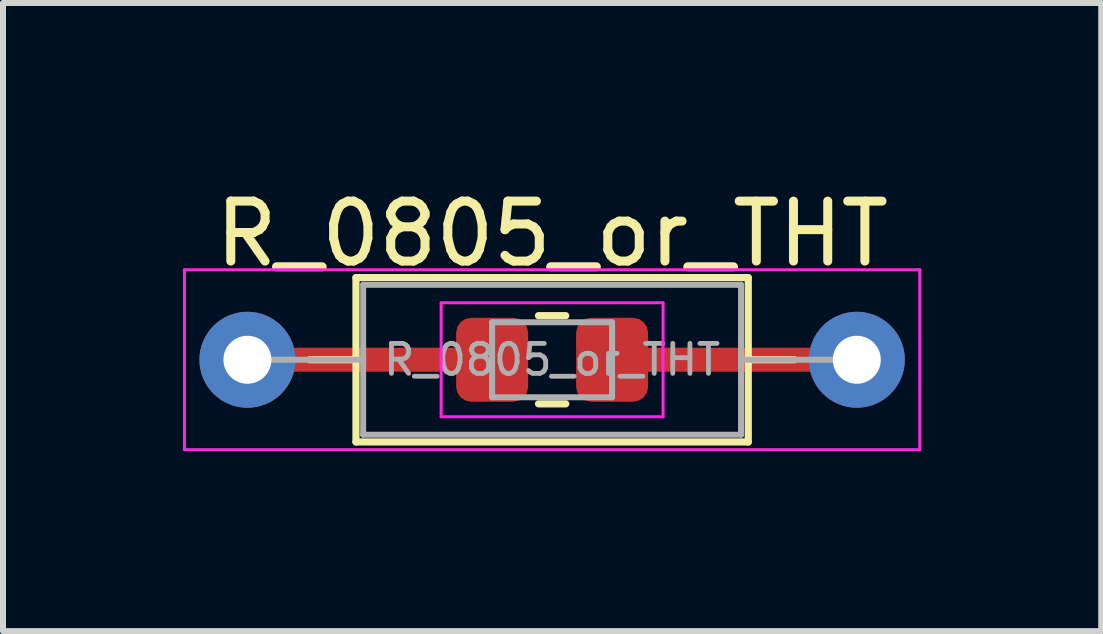
<source format=kicad_pcb>
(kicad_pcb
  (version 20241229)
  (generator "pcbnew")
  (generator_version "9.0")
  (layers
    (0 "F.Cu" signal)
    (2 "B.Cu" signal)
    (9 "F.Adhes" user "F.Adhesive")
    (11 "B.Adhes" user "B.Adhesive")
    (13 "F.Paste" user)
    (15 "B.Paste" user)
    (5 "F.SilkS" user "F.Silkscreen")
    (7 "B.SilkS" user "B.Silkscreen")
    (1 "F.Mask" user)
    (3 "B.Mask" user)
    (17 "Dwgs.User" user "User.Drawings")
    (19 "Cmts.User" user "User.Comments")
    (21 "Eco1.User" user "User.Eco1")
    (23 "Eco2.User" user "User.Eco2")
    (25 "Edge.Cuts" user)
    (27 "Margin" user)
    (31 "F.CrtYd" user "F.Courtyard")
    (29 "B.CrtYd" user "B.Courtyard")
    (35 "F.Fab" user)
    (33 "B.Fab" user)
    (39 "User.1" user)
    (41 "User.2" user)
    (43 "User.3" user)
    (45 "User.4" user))
  (footprint "R_0805_or_THT"
    (layer "F.Cu")
    (at 6.155 2.948)
    (property "Reference" "R_0805_or_THT" (at 0 -2.1 0) (layer "F.SilkS") (effects (font (size 1 1) (thickness 0.15))))
    (attr smd)
    (fp_line (start -5.08 0) (end -1 0) (stroke (width 0.4) (type solid)) (layer "F.Cu"))
    (fp_line (start 5.08 0) (end 1 0) (stroke (width 0.4) (type solid)) (layer "F.Cu"))
    (fp_line (start -4.04 0) (end -3.27 0) (stroke (width 0.12) (type solid)) (layer "F.SilkS"))
    (fp_line (start -3.27 -1.37) (end -3.27 1.37) (stroke (width 0.12) (type solid)) (layer "F.SilkS"))
    (fp_line (start -3.27 1.37) (end 3.27 1.37) (stroke (width 0.12) (type solid)) (layer "F.SilkS"))
    (fp_line (start -0.227 -0.735) (end 0.227 -0.735) (stroke (width 0.12) (type solid)) (layer "F.SilkS"))
    (fp_line (start -0.227 0.735) (end 0.227 0.735) (stroke (width 0.12) (type solid)) (layer "F.SilkS"))
    (fp_line (start 3.27 -1.37) (end -3.27 -1.37) (stroke (width 0.12) (type solid)) (layer "F.SilkS"))
    (fp_line (start 3.27 1.37) (end 3.27 -1.37) (stroke (width 0.12) (type solid)) (layer "F.SilkS"))
    (fp_line (start 4.04 0) (end 3.27 0) (stroke (width 0.12) (type solid)) (layer "F.SilkS"))
    (fp_line (start -6.13 -1.5) (end -6.13 1.5) (stroke (width 0.05) (type solid)) (layer "F.CrtYd"))
    (fp_line (start -6.13 1.5) (end 6.13 1.5) (stroke (width 0.05) (type solid)) (layer "F.CrtYd"))
    (fp_line (start -1.85 -0.95) (end 1.85 -0.95) (stroke (width 0.05) (type solid)) (layer "F.CrtYd"))
    (fp_line (start -1.85 0.95) (end -1.85 -0.95) (stroke (width 0.05) (type solid)) (layer "F.CrtYd"))
    (fp_line (start 1.85 -0.95) (end 1.85 0.95) (stroke (width 0.05) (type solid)) (layer "F.CrtYd"))
    (fp_line (start 1.85 0.95) (end -1.85 0.95) (stroke (width 0.05) (type solid)) (layer "F.CrtYd"))
    (fp_line (start 6.13 -1.5) (end -6.13 -1.5) (stroke (width 0.05) (type solid)) (layer "F.CrtYd"))
    (fp_line (start 6.13 1.5) (end 6.13 -1.5) (stroke (width 0.05) (type solid)) (layer "F.CrtYd"))
    (fp_line (start -5.08 0) (end -3.15 0) (stroke (width 0.1) (type solid)) (layer "F.Fab"))
    (fp_line (start -3.15 -1.25) (end -3.15 1.25) (stroke (width 0.1) (type solid)) (layer "F.Fab"))
    (fp_line (start -3.15 1.25) (end 3.15 1.25) (stroke (width 0.1) (type solid)) (layer "F.Fab"))
    (fp_line (start -1 -0.625) (end 1 -0.625) (stroke (width 0.1) (type solid)) (layer "F.Fab"))
    (fp_line (start -1 0.625) (end -1 -0.625) (stroke (width 0.1) (type solid)) (layer "F.Fab"))
    (fp_line (start 1 -0.625) (end 1 0.625) (stroke (width 0.1) (type solid)) (layer "F.Fab"))
    (fp_line (start 1 0.625) (end -1 0.625) (stroke (width 0.1) (type solid)) (layer "F.Fab"))
    (fp_line (start 3.15 -1.25) (end -3.15 -1.25) (stroke (width 0.1) (type solid)) (layer "F.Fab"))
    (fp_line (start 3.15 1.25) (end 3.15 -1.25) (stroke (width 0.1) (type solid)) (layer "F.Fab"))
    (fp_line (start 5.08 0) (end 3.15 0) (stroke (width 0.1) (type solid)) (layer "F.Fab"))
    (fp_text user "${REFERENCE}" (at 0 0 0) (layer "F.Fab") (effects (font (size 0.5 0.5) (thickness 0.08))))
    (pad "1" thru_hole circle (at -5.08 0) (size 1.6 1.6) (drill 0.8) (layers "*.Cu" "*.Mask"))
    (pad "1" smd roundrect (at -1 0) (size 1.2 1.4) (layers "F.Cu" "F.Mask" "F.Paste") (roundrect_rratio 0.208))
    (pad "2" smd roundrect (at 1 0) (size 1.2 1.4) (layers "F.Cu" "F.Mask" "F.Paste") (roundrect_rratio 0.208))
    (pad "2" thru_hole oval (at 5.08 0) (size 1.6 1.6) (drill 0.8) (layers "*.Cu" "*.Mask")))
  (gr_rect
    (start -3 -3)
    (end 15.31 7.473)
    (stroke (width 0.1) (type default))
    (fill no)
    (layer "Edge.Cuts")))
</source>
